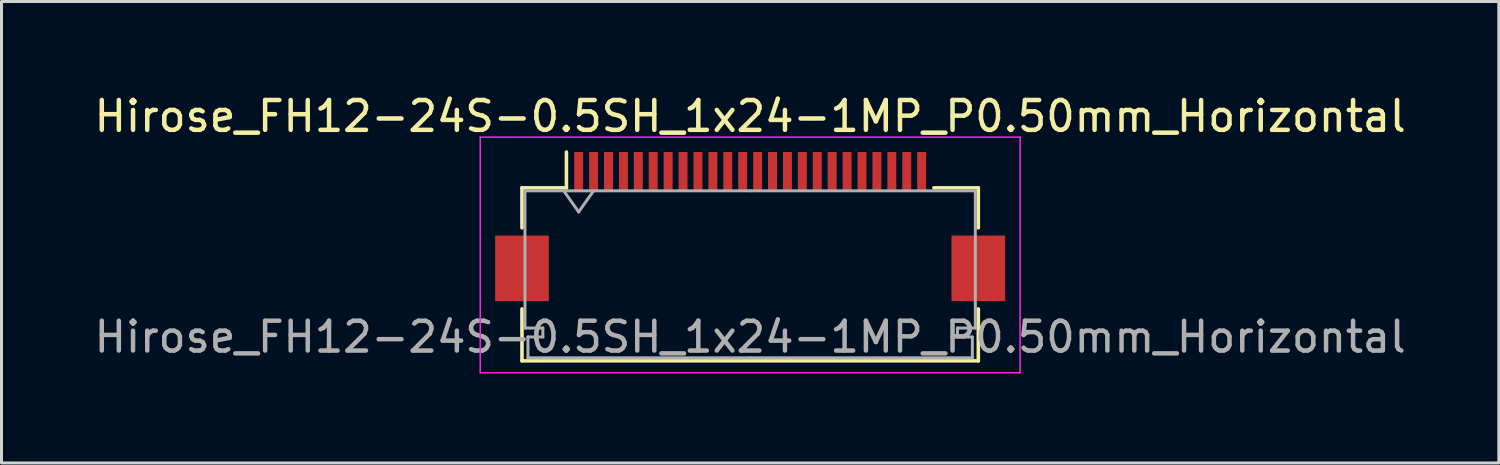
<source format=kicad_pcb>
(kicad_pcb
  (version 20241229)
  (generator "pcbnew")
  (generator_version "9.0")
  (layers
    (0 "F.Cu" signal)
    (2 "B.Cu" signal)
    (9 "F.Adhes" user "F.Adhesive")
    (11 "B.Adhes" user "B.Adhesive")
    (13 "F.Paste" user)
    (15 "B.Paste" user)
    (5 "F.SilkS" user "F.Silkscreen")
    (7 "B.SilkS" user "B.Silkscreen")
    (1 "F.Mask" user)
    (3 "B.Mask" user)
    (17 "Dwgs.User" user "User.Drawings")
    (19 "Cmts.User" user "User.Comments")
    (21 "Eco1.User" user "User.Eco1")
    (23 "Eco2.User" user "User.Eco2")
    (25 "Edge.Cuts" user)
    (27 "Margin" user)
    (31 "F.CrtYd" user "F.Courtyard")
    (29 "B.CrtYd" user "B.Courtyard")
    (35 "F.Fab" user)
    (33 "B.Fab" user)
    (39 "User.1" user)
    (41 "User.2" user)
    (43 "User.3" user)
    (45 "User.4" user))
  (footprint "Hirose_FH12-24S-0.5SH_1x24-1MP_P0.50mm_Horizontal"
    (layer "F.Cu")
    (at 22.101 4.548)
    (property "Reference" "Hirose_FH12-24S-0.5SH_1x24-1MP_P0.50mm_Horizontal" (at 0 -3.7 0) (layer "F.SilkS") (effects (font (size 1 1) (thickness 0.15))))
    (attr smd)
    (fp_line (start -7.65 -1.3) (end -7.65 0.04) (stroke (width 0.12) (type solid)) (layer "F.SilkS"))
    (fp_line (start -7.65 2.76) (end -7.65 4.5) (stroke (width 0.12) (type solid)) (layer "F.SilkS"))
    (fp_line (start -7.65 4.5) (end 7.65 4.5) (stroke (width 0.12) (type solid)) (layer "F.SilkS"))
    (fp_line (start -6.16 -1.3) (end -7.65 -1.3) (stroke (width 0.12) (type solid)) (layer "F.SilkS"))
    (fp_line (start -6.16 -1.3) (end -6.16 -2.5) (stroke (width 0.12) (type solid)) (layer "F.SilkS"))
    (fp_line (start 6.16 -1.3) (end 7.65 -1.3) (stroke (width 0.12) (type solid)) (layer "F.SilkS"))
    (fp_line (start 7.65 -1.3) (end 7.65 0.04) (stroke (width 0.12) (type solid)) (layer "F.SilkS"))
    (fp_line (start 7.65 4.5) (end 7.65 2.76) (stroke (width 0.12) (type solid)) (layer "F.SilkS"))
    (fp_line (start -9.05 -3) (end -9.05 4.9) (stroke (width 0.05) (type solid)) (layer "F.CrtYd"))
    (fp_line (start -9.05 4.9) (end 9.05 4.9) (stroke (width 0.05) (type solid)) (layer "F.CrtYd"))
    (fp_line (start 9.05 -3) (end -9.05 -3) (stroke (width 0.05) (type solid)) (layer "F.CrtYd"))
    (fp_line (start 9.05 4.9) (end 9.05 -3) (stroke (width 0.05) (type solid)) (layer "F.CrtYd"))
    (fp_line (start -7.55 -1.2) (end -7.55 3.4) (stroke (width 0.1) (type solid)) (layer "F.Fab"))
    (fp_line (start -7.55 3.4) (end -6.95 3.4) (stroke (width 0.1) (type solid)) (layer "F.Fab"))
    (fp_line (start -7.45 3.7) (end -7.45 4.4) (stroke (width 0.1) (type solid)) (layer "F.Fab"))
    (fp_line (start -7.45 4.4) (end 0 4.4) (stroke (width 0.1) (type solid)) (layer "F.Fab"))
    (fp_line (start -6.95 3.4) (end -6.95 3.7) (stroke (width 0.1) (type solid)) (layer "F.Fab"))
    (fp_line (start -6.95 3.7) (end -7.45 3.7) (stroke (width 0.1) (type solid)) (layer "F.Fab"))
    (fp_line (start -6.25 -1.2) (end -5.75 -0.493) (stroke (width 0.1) (type solid)) (layer "F.Fab"))
    (fp_line (start -5.75 -0.493) (end -5.25 -1.2) (stroke (width 0.1) (type solid)) (layer "F.Fab"))
    (fp_line (start 0 -1.2) (end -7.55 -1.2) (stroke (width 0.1) (type solid)) (layer "F.Fab"))
    (fp_line (start 0 -1.2) (end 7.55 -1.2) (stroke (width 0.1) (type solid)) (layer "F.Fab"))
    (fp_line (start 6.95 3.4) (end 6.95 3.7) (stroke (width 0.1) (type solid)) (layer "F.Fab"))
    (fp_line (start 6.95 3.7) (end 7.45 3.7) (stroke (width 0.1) (type solid)) (layer "F.Fab"))
    (fp_line (start 7.45 3.7) (end 7.45 4.4) (stroke (width 0.1) (type solid)) (layer "F.Fab"))
    (fp_line (start 7.45 4.4) (end 0 4.4) (stroke (width 0.1) (type solid)) (layer "F.Fab"))
    (fp_line (start 7.55 -1.2) (end 7.55 3.4) (stroke (width 0.1) (type solid)) (layer "F.Fab"))
    (fp_line (start 7.55 3.4) (end 6.95 3.4) (stroke (width 0.1) (type solid)) (layer "F.Fab"))
    (fp_text user "${REFERENCE}" (at 0 3.7 0) (layer "F.Fab") (effects (font (size 1 1) (thickness 0.15))))
    (pad "1" smd rect (at -5.75 -1.85) (size 0.3 1.3) (layers "F.Cu" "F.Mask" "F.Paste"))
    (pad "2" smd rect (at -5.25 -1.85) (size 0.3 1.3) (layers "F.Cu" "F.Mask" "F.Paste"))
    (pad "3" smd rect (at -4.75 -1.85) (size 0.3 1.3) (layers "F.Cu" "F.Mask" "F.Paste"))
    (pad "4" smd rect (at -4.25 -1.85) (size 0.3 1.3) (layers "F.Cu" "F.Mask" "F.Paste"))
    (pad "5" smd rect (at -3.75 -1.85) (size 0.3 1.3) (layers "F.Cu" "F.Mask" "F.Paste"))
    (pad "6" smd rect (at -3.25 -1.85) (size 0.3 1.3) (layers "F.Cu" "F.Mask" "F.Paste"))
    (pad "7" smd rect (at -2.75 -1.85) (size 0.3 1.3) (layers "F.Cu" "F.Mask" "F.Paste"))
    (pad "8" smd rect (at -2.25 -1.85) (size 0.3 1.3) (layers "F.Cu" "F.Mask" "F.Paste"))
    (pad "9" smd rect (at -1.75 -1.85) (size 0.3 1.3) (layers "F.Cu" "F.Mask" "F.Paste"))
    (pad "10" smd rect (at -1.25 -1.85) (size 0.3 1.3) (layers "F.Cu" "F.Mask" "F.Paste"))
    (pad "11" smd rect (at -0.75 -1.85) (size 0.3 1.3) (layers "F.Cu" "F.Mask" "F.Paste"))
    (pad "12" smd rect (at -0.25 -1.85) (size 0.3 1.3) (layers "F.Cu" "F.Mask" "F.Paste"))
    (pad "13" smd rect (at 0.25 -1.85) (size 0.3 1.3) (layers "F.Cu" "F.Mask" "F.Paste"))
    (pad "14" smd rect (at 0.75 -1.85) (size 0.3 1.3) (layers "F.Cu" "F.Mask" "F.Paste"))
    (pad "15" smd rect (at 1.25 -1.85) (size 0.3 1.3) (layers "F.Cu" "F.Mask" "F.Paste"))
    (pad "16" smd rect (at 1.75 -1.85) (size 0.3 1.3) (layers "F.Cu" "F.Mask" "F.Paste"))
    (pad "17" smd rect (at 2.25 -1.85) (size 0.3 1.3) (layers "F.Cu" "F.Mask" "F.Paste"))
    (pad "18" smd rect (at 2.75 -1.85) (size 0.3 1.3) (layers "F.Cu" "F.Mask" "F.Paste"))
    (pad "19" smd rect (at 3.25 -1.85) (size 0.3 1.3) (layers "F.Cu" "F.Mask" "F.Paste"))
    (pad "20" smd rect (at 3.75 -1.85) (size 0.3 1.3) (layers "F.Cu" "F.Mask" "F.Paste"))
    (pad "21" smd rect (at 4.25 -1.85) (size 0.3 1.3) (layers "F.Cu" "F.Mask" "F.Paste"))
    (pad "22" smd rect (at 4.75 -1.85) (size 0.3 1.3) (layers "F.Cu" "F.Mask" "F.Paste"))
    (pad "23" smd rect (at 5.25 -1.85) (size 0.3 1.3) (layers "F.Cu" "F.Mask" "F.Paste"))
    (pad "24" smd rect (at 5.75 -1.85) (size 0.3 1.3) (layers "F.Cu" "F.Mask" "F.Paste"))
    (pad "P1" smd rect (at -7.65 1.4) (size 1.8 2.2) (layers "F.Cu" "F.Mask" "F.Paste"))
    (pad "P2" smd rect (at 7.65 1.4) (size 1.8 2.2) (layers "F.Cu" "F.Mask" "F.Paste")))
  (gr_rect
    (start -3 -3)
    (end 47.202 12.473)
    (stroke (width 0.1) (type default))
    (fill no)
    (layer "Edge.Cuts")))
</source>
